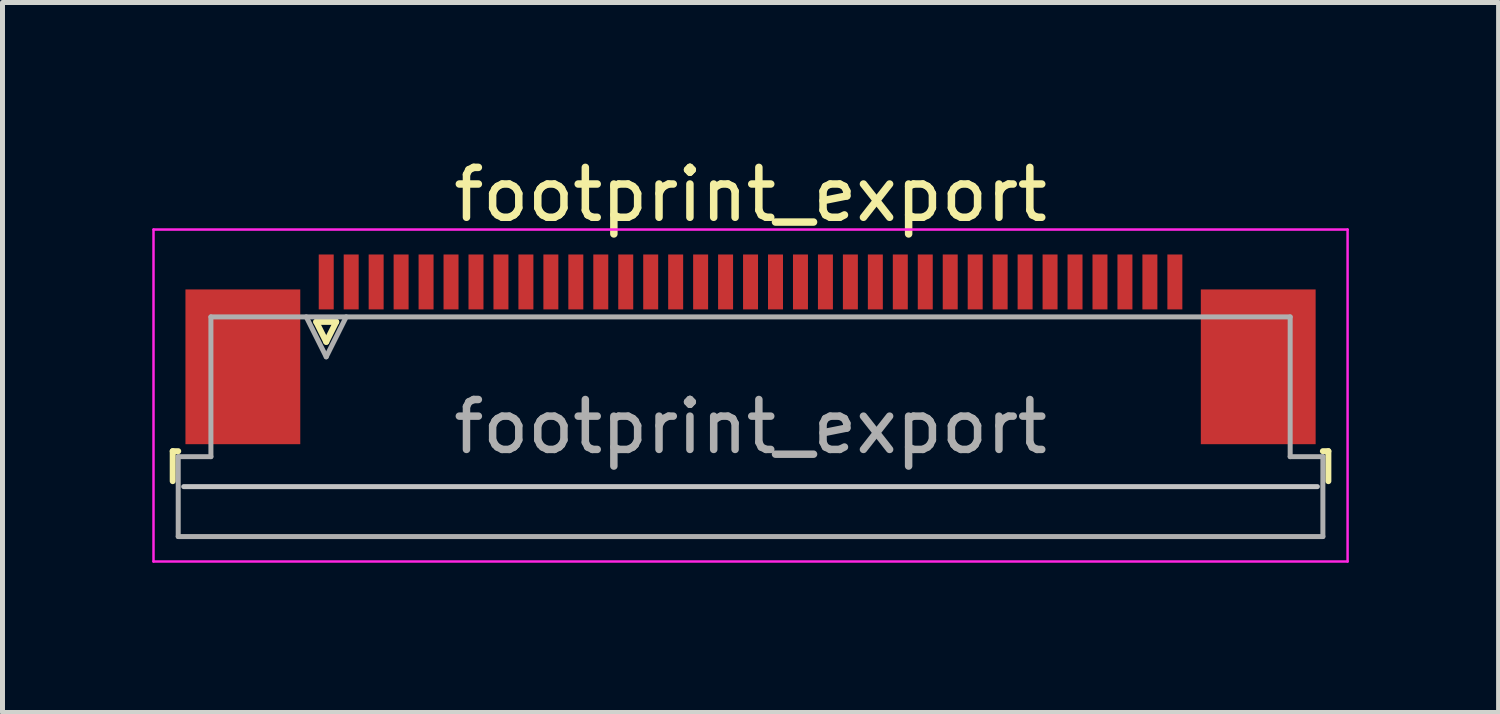
<source format=kicad_pcb>
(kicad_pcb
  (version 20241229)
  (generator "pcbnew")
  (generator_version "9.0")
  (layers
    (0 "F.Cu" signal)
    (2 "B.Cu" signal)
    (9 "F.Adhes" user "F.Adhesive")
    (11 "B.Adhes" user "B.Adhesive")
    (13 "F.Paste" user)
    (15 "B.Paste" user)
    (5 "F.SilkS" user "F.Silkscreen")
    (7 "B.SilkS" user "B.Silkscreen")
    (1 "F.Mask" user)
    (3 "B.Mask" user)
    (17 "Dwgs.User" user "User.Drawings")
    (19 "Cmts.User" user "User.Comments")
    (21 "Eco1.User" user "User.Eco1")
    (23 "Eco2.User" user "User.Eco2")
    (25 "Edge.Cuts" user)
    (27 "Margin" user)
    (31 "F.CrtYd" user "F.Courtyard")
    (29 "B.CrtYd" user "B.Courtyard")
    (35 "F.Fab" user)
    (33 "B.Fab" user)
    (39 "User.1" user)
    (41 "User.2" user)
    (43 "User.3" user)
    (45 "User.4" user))
  (footprint "footprint_export"
    (layer "F.Cu")
    (at 11.985 3.948)
    (property "Reference" "footprint_export" (at 0 -3.1 0) (layer "F.SilkS") (effects (font (size 1 1) (thickness 0.15))))
    (attr smd)
    (fp_line (start -11.575 2.04) (end -11.575 2.64) (stroke (width 0.12) (type solid)) (layer "F.SilkS"))
    (fp_line (start -11.465 2.04) (end -11.575 2.04) (stroke (width 0.12) (type solid)) (layer "F.SilkS"))
    (fp_line (start -8.7 -0.55) (end -8.5 -0.15) (stroke (width 0.12) (type solid)) (layer "F.SilkS"))
    (fp_line (start -8.5 -0.15) (end -8.3 -0.55) (stroke (width 0.12) (type solid)) (layer "F.SilkS"))
    (fp_line (start -8.3 -0.55) (end -8.7 -0.55) (stroke (width 0.12) (type solid)) (layer "F.SilkS"))
    (fp_line (start 11.465 2.04) (end 11.575 2.04) (stroke (width 0.12) (type solid)) (layer "F.SilkS"))
    (fp_line (start 11.575 2.04) (end 11.575 2.64) (stroke (width 0.12) (type solid)) (layer "F.SilkS"))
    (fp_line (start 11.355 2.75) (end -11.355 2.75) (stroke (width 0.1) (type solid)) (layer "Dwgs.User"))
    (fp_line (start -11.96 -2.4) (end -11.96 4.25) (stroke (width 0.05) (type solid)) (layer "F.CrtYd"))
    (fp_line (start -11.96 4.25) (end 11.96 4.25) (stroke (width 0.05) (type solid)) (layer "F.CrtYd"))
    (fp_line (start 11.96 -2.4) (end -11.96 -2.4) (stroke (width 0.05) (type solid)) (layer "F.CrtYd"))
    (fp_line (start 11.96 4.25) (end 11.96 -2.4) (stroke (width 0.05) (type solid)) (layer "F.CrtYd"))
    (fp_line (start -11.465 2.15) (end -10.81 2.15) (stroke (width 0.1) (type solid)) (layer "F.Fab"))
    (fp_line (start -11.465 3.75) (end -11.465 2.15) (stroke (width 0.1) (type solid)) (layer "F.Fab"))
    (fp_line (start -10.81 -0.65) (end 10.81 -0.65) (stroke (width 0.1) (type solid)) (layer "F.Fab"))
    (fp_line (start -10.81 2.15) (end -10.81 -0.65) (stroke (width 0.1) (type solid)) (layer "F.Fab"))
    (fp_line (start -8.9 -0.65) (end -8.5 0.15) (stroke (width 0.1) (type solid)) (layer "F.Fab"))
    (fp_line (start -8.5 0.15) (end -8.1 -0.65) (stroke (width 0.1) (type solid)) (layer "F.Fab"))
    (fp_line (start 10.81 -0.65) (end 10.81 2.15) (stroke (width 0.1) (type solid)) (layer "F.Fab"))
    (fp_line (start 10.81 2.15) (end 11.465 2.15) (stroke (width 0.1) (type solid)) (layer "F.Fab"))
    (fp_line (start 11.465 2.15) (end 11.465 3.75) (stroke (width 0.1) (type solid)) (layer "F.Fab"))
    (fp_line (start 11.465 3.75) (end -11.465 3.75) (stroke (width 0.1) (type solid)) (layer "F.Fab"))
    (fp_text user "${REFERENCE}" (at 0 1.55 0) (layer "F.Fab") (effects (font (size 1 1) (thickness 0.15))))
    (pad "1" smd rect (at -8.5 -1.35) (size 0.3 1.1) (layers "F.Cu" "F.Mask" "F.Paste"))
    (pad "2" smd rect (at -8 -1.35) (size 0.3 1.1) (layers "F.Cu" "F.Mask" "F.Paste"))
    (pad "3" smd rect (at -7.5 -1.35) (size 0.3 1.1) (layers "F.Cu" "F.Mask" "F.Paste"))
    (pad "4" smd rect (at -7 -1.35) (size 0.3 1.1) (layers "F.Cu" "F.Mask" "F.Paste"))
    (pad "5" smd rect (at -6.5 -1.35) (size 0.3 1.1) (layers "F.Cu" "F.Mask" "F.Paste"))
    (pad "6" smd rect (at -6 -1.35) (size 0.3 1.1) (layers "F.Cu" "F.Mask" "F.Paste"))
    (pad "7" smd rect (at -5.5 -1.35) (size 0.3 1.1) (layers "F.Cu" "F.Mask" "F.Paste"))
    (pad "8" smd rect (at -5 -1.35) (size 0.3 1.1) (layers "F.Cu" "F.Mask" "F.Paste"))
    (pad "9" smd rect (at -4.5 -1.35) (size 0.3 1.1) (layers "F.Cu" "F.Mask" "F.Paste"))
    (pad "10" smd rect (at -4 -1.35) (size 0.3 1.1) (layers "F.Cu" "F.Mask" "F.Paste"))
    (pad "11" smd rect (at -3.5 -1.35) (size 0.3 1.1) (layers "F.Cu" "F.Mask" "F.Paste"))
    (pad "12" smd rect (at -3 -1.35) (size 0.3 1.1) (layers "F.Cu" "F.Mask" "F.Paste"))
    (pad "13" smd rect (at -2.5 -1.35) (size 0.3 1.1) (layers "F.Cu" "F.Mask" "F.Paste"))
    (pad "14" smd rect (at -2 -1.35) (size 0.3 1.1) (layers "F.Cu" "F.Mask" "F.Paste"))
    (pad "15" smd rect (at -1.5 -1.35) (size 0.3 1.1) (layers "F.Cu" "F.Mask" "F.Paste"))
    (pad "16" smd rect (at -1 -1.35) (size 0.3 1.1) (layers "F.Cu" "F.Mask" "F.Paste"))
    (pad "17" smd rect (at -0.5 -1.35) (size 0.3 1.1) (layers "F.Cu" "F.Mask" "F.Paste"))
    (pad "18" smd rect (at 0 -1.35) (size 0.3 1.1) (layers "F.Cu" "F.Mask" "F.Paste"))
    (pad "19" smd rect (at 0.5 -1.35) (size 0.3 1.1) (layers "F.Cu" "F.Mask" "F.Paste"))
    (pad "20" smd rect (at 1 -1.35) (size 0.3 1.1) (layers "F.Cu" "F.Mask" "F.Paste"))
    (pad "21" smd rect (at 1.5 -1.35) (size 0.3 1.1) (layers "F.Cu" "F.Mask" "F.Paste"))
    (pad "22" smd rect (at 2 -1.35) (size 0.3 1.1) (layers "F.Cu" "F.Mask" "F.Paste"))
    (pad "23" smd rect (at 2.5 -1.35) (size 0.3 1.1) (layers "F.Cu" "F.Mask" "F.Paste"))
    (pad "24" smd rect (at 3 -1.35) (size 0.3 1.1) (layers "F.Cu" "F.Mask" "F.Paste"))
    (pad "25" smd rect (at 3.5 -1.35) (size 0.3 1.1) (layers "F.Cu" "F.Mask" "F.Paste"))
    (pad "26" smd rect (at 4 -1.35) (size 0.3 1.1) (layers "F.Cu" "F.Mask" "F.Paste"))
    (pad "27" smd rect (at 4.5 -1.35) (size 0.3 1.1) (layers "F.Cu" "F.Mask" "F.Paste"))
    (pad "28" smd rect (at 5 -1.35) (size 0.3 1.1) (layers "F.Cu" "F.Mask" "F.Paste"))
    (pad "29" smd rect (at 5.5 -1.35) (size 0.3 1.1) (layers "F.Cu" "F.Mask" "F.Paste"))
    (pad "30" smd rect (at 6 -1.35) (size 0.3 1.1) (layers "F.Cu" "F.Mask" "F.Paste"))
    (pad "31" smd rect (at 6.5 -1.35) (size 0.3 1.1) (layers "F.Cu" "F.Mask" "F.Paste"))
    (pad "32" smd rect (at 7 -1.35) (size 0.3 1.1) (layers "F.Cu" "F.Mask" "F.Paste"))
    (pad "33" smd rect (at 7.5 -1.35) (size 0.3 1.1) (layers "F.Cu" "F.Mask" "F.Paste"))
    (pad "34" smd rect (at 8 -1.35) (size 0.3 1.1) (layers "F.Cu" "F.Mask" "F.Paste"))
    (pad "35" smd rect (at 8.5 -1.35) (size 0.3 1.1) (layers "F.Cu" "F.Mask" "F.Paste"))
    (pad "MP" smd rect (at -10.17 0.35) (size 2.3 3.1) (layers "F.Cu" "F.Mask" "F.Paste"))
    (pad "MP" smd rect (at 10.17 0.35) (size 2.3 3.1) (layers "F.Cu" "F.Mask" "F.Paste")))
  (gr_rect
    (start -3 -3)
    (end 26.97 11.223)
    (stroke (width 0.1) (type default))
    (fill no)
    (layer "Edge.Cuts")))
</source>
